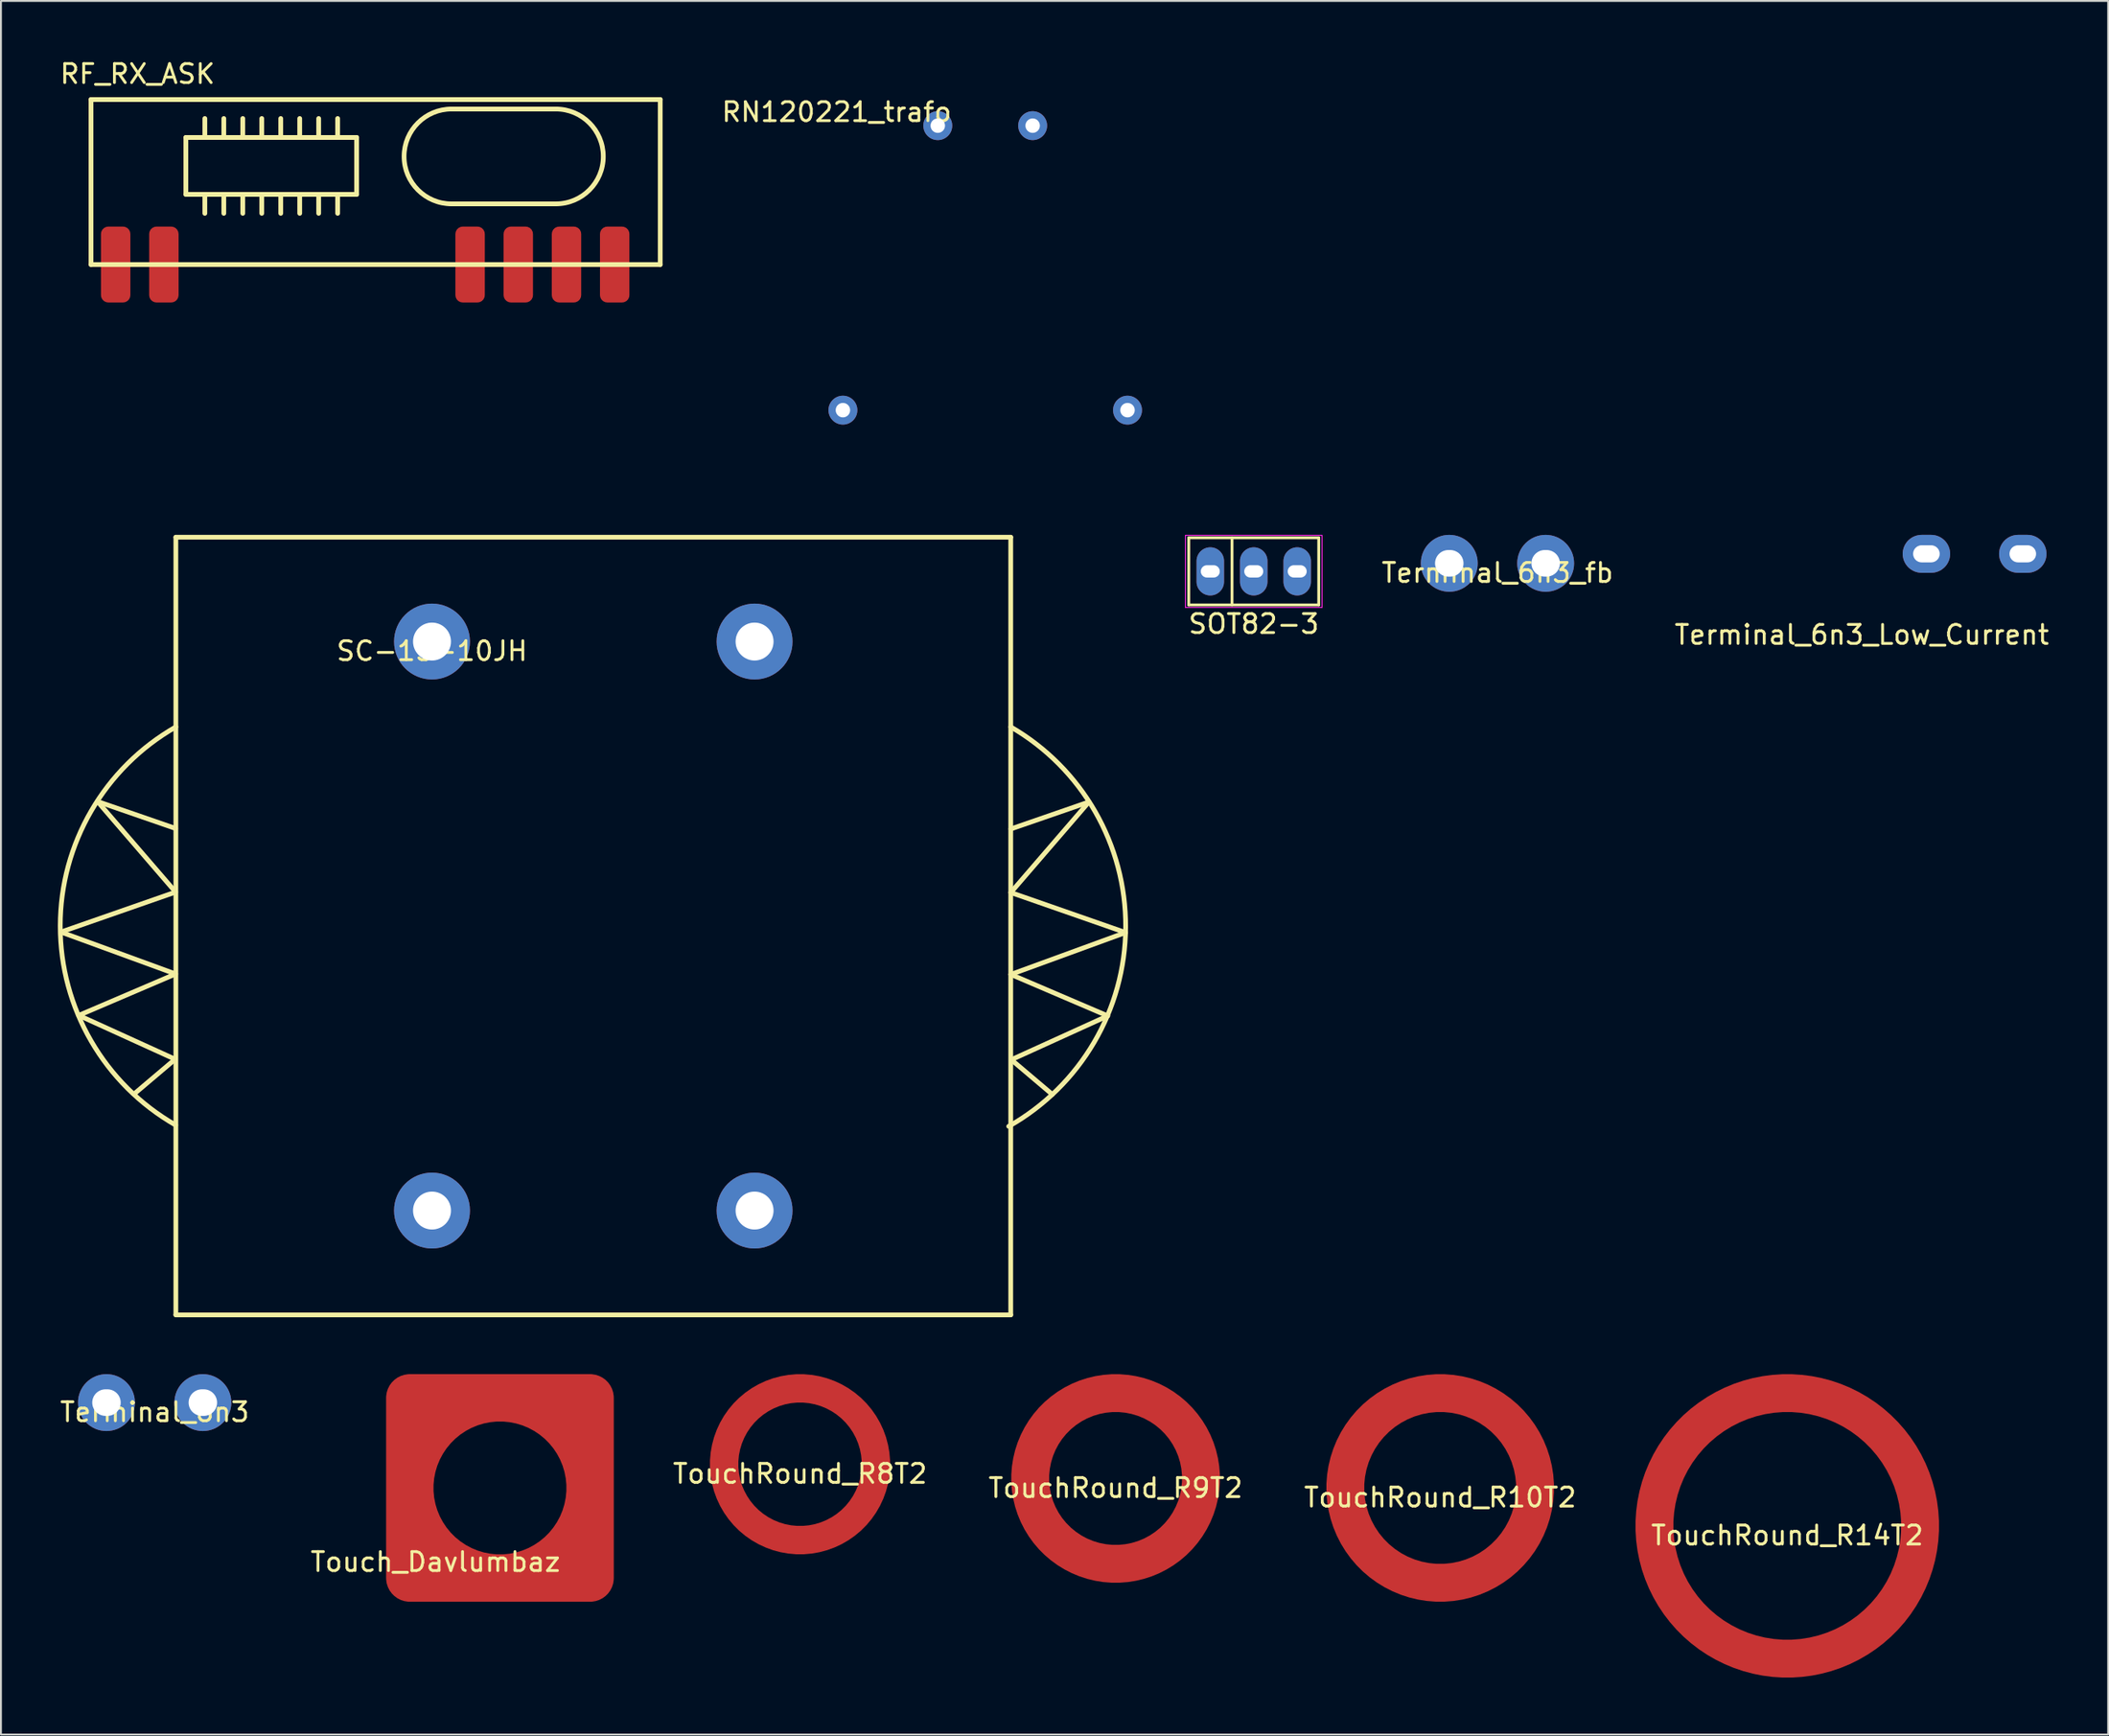
<source format=kicad_pcb>
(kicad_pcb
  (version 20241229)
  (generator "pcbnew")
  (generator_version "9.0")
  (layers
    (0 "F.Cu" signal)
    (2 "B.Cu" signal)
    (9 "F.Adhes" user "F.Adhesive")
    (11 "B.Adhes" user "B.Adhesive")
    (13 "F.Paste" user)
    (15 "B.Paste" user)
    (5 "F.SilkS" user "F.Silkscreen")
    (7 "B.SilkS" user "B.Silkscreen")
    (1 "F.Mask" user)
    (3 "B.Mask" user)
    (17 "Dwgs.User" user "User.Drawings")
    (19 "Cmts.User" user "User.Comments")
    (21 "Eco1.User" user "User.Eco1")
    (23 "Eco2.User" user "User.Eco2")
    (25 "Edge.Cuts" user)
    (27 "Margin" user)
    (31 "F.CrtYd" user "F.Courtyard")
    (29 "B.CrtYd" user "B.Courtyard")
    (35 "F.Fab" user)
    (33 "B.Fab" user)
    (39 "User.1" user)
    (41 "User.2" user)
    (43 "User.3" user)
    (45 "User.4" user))
  (footprint "RN120221_trafo"
    (layer "F.Cu")
    (at 46.374 3.575)
    (property "Reference" "RN120221_trafo" (at -5.33 -0.72 0) (layer "F.SilkS") (effects (font (size 1 1) (thickness 0.15))))
    (attr through_hole)
    (fp_line (start -8.5 -3.5) (end -8.5 18.5) (stroke (width 0.15) (type solid)) (layer "B.Paste"))
    (fp_line (start -8.5 -3.5) (end 13.5 -3.5) (stroke (width 0.15) (type solid)) (layer "B.Paste"))
    (fp_line (start -8.5 18.5) (end 13.5 18.5) (stroke (width 0.15) (type solid)) (layer "B.Paste"))
    (fp_line (start 13.5 18.5) (end 13.5 -3.5) (stroke (width 0.15) (type solid)) (layer "B.Paste"))
    (pad "1" thru_hole circle (at 0 0) (size 1.524 1.524) (drill 0.762) (layers "*.Cu" "*.Mask"))
    (pad "2" thru_hole circle (at 5 0) (size 1.524 1.524) (drill 0.762) (layers "*.Cu" "*.Mask"))
    (pad "3" thru_hole circle (at -5 15) (size 1.524 1.524) (drill 0.762) (layers "*.Cu" "*.Mask"))
    (pad "4" thru_hole circle (at 10 15) (size 1.524 1.524) (drill 0.762) (layers "*.Cu" "*.Mask")))
  (footprint "Terminal_6n3"
    (layer "F.Cu")
    (at 5.101 70.9)
    (property "Reference" "Terminal_6n3" (at 0 0.5 0) (layer "F.SilkS") (effects (font (size 1 1) (thickness 0.15))))
    (attr through_hole)
    (pad "1" thru_hole oval (at -2.54 0) (size 3 3) (drill oval 1.5 1.4) (layers "B.Cu" "B.Mask"))
    (pad "1" thru_hole oval (at 2.54 0) (size 3 3) (drill oval 1.5 1.4) (layers "B.Cu" "B.Mask")))
  (footprint "TouchRound_R10T2"
    (layer "F.Cu")
    (at 72.852 75.4)
    (property "Reference" "TouchRound_R10T2" (at 0 0.5 0) (layer "F.SilkS") (effects (font (size 1 1) (thickness 0.15))))
    (attr through_hole)
    (pad "1" smd custom (at -4.978 0.051) (size 1 1) (layers "F.Cu" "F.Mask" "F.Paste") (options (anchor circle)) (primitives (gr_circle (center 4.978 -0.051) (end 9.978 -0.051) (width 2) (fill no)))))
  (footprint "SOT82-3"
    (layer "F.Cu")
    (at 63.026 27.075)
    (property "Reference" "SOT82-3" (at 0 2.77 0) (layer "F.SilkS") (effects (font (size 1 1) (thickness 0.15))))
    (attr through_hole)
    (fp_line (start -3.425 -1.77) (end 3.425 -1.77) (stroke (width 0.15) (type solid)) (layer "F.SilkS"))
    (fp_line (start -3.425 1.77) (end -3.425 -1.77) (stroke (width 0.15) (type solid)) (layer "F.SilkS"))
    (fp_line (start -1.145 -1.77) (end -1.145 1.77) (stroke (width 0.15) (type solid)) (layer "F.SilkS"))
    (fp_line (start 3.425 -1.77) (end 3.425 1.77) (stroke (width 0.15) (type solid)) (layer "F.SilkS"))
    (fp_line (start 3.425 1.77) (end -3.425 1.77) (stroke (width 0.15) (type solid)) (layer "F.SilkS"))
    (fp_line (start -3.6 -1.9) (end 3.6 -1.9) (stroke (width 0.05) (type solid)) (layer "F.CrtYd"))
    (fp_line (start -3.6 1.9) (end -3.6 -1.9) (stroke (width 0.05) (type solid)) (layer "F.CrtYd"))
    (fp_line (start 3.6 -1.9) (end 3.6 1.9) (stroke (width 0.05) (type solid)) (layer "F.CrtYd"))
    (fp_line (start 3.6 1.9) (end -3.6 1.9) (stroke (width 0.05) (type solid)) (layer "F.CrtYd"))
    (pad "1" thru_hole oval (at -2.29 0) (size 1.45 2.54) (drill oval 1 0.65) (layers "B.Cu" "B.Mask"))
    (pad "2" thru_hole oval (at 0 0) (size 1.45 2.54) (drill oval 1 0.65) (layers "B.Cu" "B.Mask"))
    (pad "3" thru_hole oval (at 2.29 0) (size 1.45 2.54) (drill oval 1 0.65) (layers "B.Cu" "B.Mask")))
  (footprint "Terminal_6n3_Low_Current"
    (layer "F.Cu")
    (at 98.477 26.15)
    (property "Reference" "Terminal_6n3_Low_Current" (at -3.404 4.267 0) (layer "F.SilkS") (effects (font (size 1 1) (thickness 0.15))))
    (attr through_hole)
    (pad "1" thru_hole oval (at 0 0) (size 2.5 2) (drill oval 1.4 0.9) (layers "*.Cu" "*.Mask"))
    (pad "1" thru_hole oval (at 5.08 0) (size 2.5 2) (drill oval 1.4 0.9) (layers "*.Cu" "*.Mask")))
  (footprint "Touch_Davlumbaz"
    (layer "F.Cu")
    (at 23.299 75.4)
    (property "Reference" "Touch_Davlumbaz" (at -3.4 3.9 0) (layer "F.SilkS") (effects (font (size 1 1) (thickness 0.15))))
    (attr through_hole)
    (pad "1" smd custom (at -4.4 -4.4) (size 1.524 1.524) (layers "F.Cu" "F.Mask" "F.Paste") (options (anchor rect)) (primitives (gr_circle (center 4.4 4.4) (end 9.15 4.4) (width 2.5) (fill no)) (gr_line (start -0.35 -0.35) (end 9.15 -0.35) (width 2.5)) (gr_line (start 9.15 9.15) (end -0.35 9.15) (width 2.5)) (gr_line (start -0.35 -0.35) (end -0.35 9.15) (width 2.5)) (gr_line (start 9.15 9.15) (end 9.15 -0.35) (width 2.5)))))
  (footprint "SC-15-10JH"
    (layer "F.Cu")
    (at 19.718 30.775)
    (property "Reference" "SC-15-10JH" (at 0 0.5 0) (layer "F.SilkS") (effects (font (size 1 1) (thickness 0.15))))
    (attr through_hole)
    (fp_line (start -19.558 15.316) (end -13.513 17.526) (stroke (width 0.25) (type solid)) (layer "F.SilkS"))
    (fp_line (start -18.618 19.71) (end -13.538 22.022) (stroke (width 0.25) (type solid)) (layer "F.SilkS"))
    (fp_line (start -17.628 8.433) (end -13.513 13.208) (stroke (width 0.25) (type solid)) (layer "F.SilkS"))
    (fp_line (start -13.538 22.022) (end -15.697 23.851) (stroke (width 0.25) (type solid)) (layer "F.SilkS"))
    (fp_line (start -13.513 9.855) (end -17.628 8.433) (stroke (width 0.25) (type solid)) (layer "F.SilkS"))
    (fp_line (start -13.513 13.208) (end -19.558 15.316) (stroke (width 0.25) (type solid)) (layer "F.SilkS"))
    (fp_line (start -13.513 17.526) (end -18.618 19.71) (stroke (width 0.25) (type solid)) (layer "F.SilkS"))
    (fp_line (start -13.5 -5.5) (end -13.5 35.5) (stroke (width 0.25) (type solid)) (layer "F.SilkS"))
    (fp_line (start -13.5 35.5) (end 30.5 35.5) (stroke (width 0.25) (type solid)) (layer "F.SilkS"))
    (fp_line (start 30.5 -5.5) (end -13.5 -5.5) (stroke (width 0.25) (type solid)) (layer "F.SilkS"))
    (fp_line (start 30.5 35.5) (end 30.5 -5.5) (stroke (width 0.25) (type solid)) (layer "F.SilkS"))
    (fp_line (start 30.505 9.881) (end 34.62 8.458) (stroke (width 0.25) (type solid)) (layer "F.SilkS"))
    (fp_line (start 30.505 13.233) (end 36.551 15.342) (stroke (width 0.25) (type solid)) (layer "F.SilkS"))
    (fp_line (start 30.505 17.551) (end 35.611 19.736) (stroke (width 0.25) (type solid)) (layer "F.SilkS"))
    (fp_line (start 30.531 22.047) (end 32.69 23.876) (stroke (width 0.25) (type solid)) (layer "F.SilkS"))
    (fp_line (start 34.62 8.458) (end 30.505 13.233) (stroke (width 0.25) (type solid)) (layer "F.SilkS"))
    (fp_line (start 35.611 19.736) (end 30.531 22.047) (stroke (width 0.25) (type solid)) (layer "F.SilkS"))
    (fp_line (start 36.551 15.342) (end 30.505 17.551) (stroke (width 0.25) (type solid)) (layer "F.SilkS"))
    (fp_arc (start -13.508952 25.494879) (mid -19.593385 14.994843) (end -13.5 4.5) (stroke (width 0.25) (type solid)) (layer "F.SilkS"))
    (fp_arc (start 30.5 4.5) (mid 36.557719 15.060388) (end 30.395142 25.559931) (stroke (width 0.25) (type solid)) (layer "F.SilkS"))
    (pad "1" thru_hole circle (at 0 0) (size 4 4) (drill 2) (layers "*.Cu" "*.Mask"))
    (pad "2" thru_hole circle (at 17 0) (size 4 4) (drill 2) (layers "*.Cu" "*.Mask"))
    (pad "3" thru_hole circle (at 17 30) (size 4 4) (drill 2) (layers "*.Cu" "*.Mask"))
    (pad "4" thru_hole circle (at 0 30) (size 4 4) (drill 2) (layers "*.Cu" "*.Mask")))
  (footprint "TouchRound_R8T2"
    (layer "F.Cu")
    (at 39.114 74.15)
    (property "Reference" "TouchRound_R8T2" (at 0 0.5 0) (layer "F.SilkS") (effects (font (size 1 1) (thickness 0.15))))
    (attr through_hole)
    (pad "1" smd custom (at -3.988 -0.025) (size 1 1) (layers "F.Cu" "F.Mask" "F.Paste") (options (anchor circle)) (primitives (gr_circle (center 3.988 0.025) (end 7.988 0.025) (width 1.5) (fill no)))))
  (footprint "TouchRound_R9T2"
    (layer "F.Cu")
    (at 55.745 74.9)
    (property "Reference" "TouchRound_R9T2" (at 0 0.5 0) (layer "F.SilkS") (effects (font (size 1 1) (thickness 0.15))))
    (attr through_hole)
    (pad "1" smd custom (at -4.47 0.102) (size 1.524 1.524) (layers "F.Cu" "F.Mask" "F.Paste") (options (anchor circle)) (primitives (gr_circle (center 4.47 -0.102) (end 8.97 -0.102) (width 2) (fill no)))))
  (footprint "RF_RX_ASK"
    (layer "F.Cu")
    (at 1.746 2.198)
    (property "Reference" "RF_RX_ASK" (at 2.45 -1.35 0) (layer "F.SilkS") (effects (font (size 1 1) (thickness 0.15))))
    (attr through_hole)
    (fp_line (start 0 0) (end 30 0) (stroke (width 0.25) (type solid)) (layer "F.SilkS"))
    (fp_line (start 0 8.7) (end 0 0) (stroke (width 0.25) (type solid)) (layer "F.SilkS"))
    (fp_line (start 5 2) (end 5 5) (stroke (width 0.25) (type solid)) (layer "F.SilkS"))
    (fp_line (start 5 5) (end 14 5) (stroke (width 0.25) (type solid)) (layer "F.SilkS"))
    (fp_line (start 6 2) (end 6 1) (stroke (width 0.25) (type solid)) (layer "F.SilkS"))
    (fp_line (start 6 6) (end 6 5) (stroke (width 0.25) (type solid)) (layer "F.SilkS"))
    (fp_line (start 7 2) (end 7 1) (stroke (width 0.25) (type solid)) (layer "F.SilkS"))
    (fp_line (start 7 6) (end 7 5) (stroke (width 0.25) (type solid)) (layer "F.SilkS"))
    (fp_line (start 8 2) (end 8 1) (stroke (width 0.25) (type solid)) (layer "F.SilkS"))
    (fp_line (start 8 6) (end 8 5) (stroke (width 0.25) (type solid)) (layer "F.SilkS"))
    (fp_line (start 9 2) (end 9 1) (stroke (width 0.25) (type solid)) (layer "F.SilkS"))
    (fp_line (start 9 6) (end 9 5) (stroke (width 0.25) (type solid)) (layer "F.SilkS"))
    (fp_line (start 10 2) (end 10 1) (stroke (width 0.25) (type solid)) (layer "F.SilkS"))
    (fp_line (start 10 6) (end 10 5) (stroke (width 0.25) (type solid)) (layer "F.SilkS"))
    (fp_line (start 11 2) (end 11 1) (stroke (width 0.25) (type solid)) (layer "F.SilkS"))
    (fp_line (start 11 6) (end 11 5) (stroke (width 0.25) (type solid)) (layer "F.SilkS"))
    (fp_line (start 12 2) (end 12 1) (stroke (width 0.25) (type solid)) (layer "F.SilkS"))
    (fp_line (start 12 6) (end 12 5) (stroke (width 0.25) (type solid)) (layer "F.SilkS"))
    (fp_line (start 13 2) (end 13 1) (stroke (width 0.25) (type solid)) (layer "F.SilkS"))
    (fp_line (start 13 6) (end 13 5) (stroke (width 0.25) (type solid)) (layer "F.SilkS"))
    (fp_line (start 14 2) (end 5 2) (stroke (width 0.25) (type solid)) (layer "F.SilkS"))
    (fp_line (start 14 5) (end 14 2) (stroke (width 0.25) (type solid)) (layer "F.SilkS"))
    (fp_line (start 19 0.5) (end 24.5 0.5) (stroke (width 0.25) (type solid)) (layer "F.SilkS"))
    (fp_line (start 24.5 5.5) (end 19 5.5) (stroke (width 0.25) (type solid)) (layer "F.SilkS"))
    (fp_line (start 30 0) (end 30 8.7) (stroke (width 0.25) (type solid)) (layer "F.SilkS"))
    (fp_line (start 30 8.7) (end 0 8.7) (stroke (width 0.25) (type solid)) (layer "F.SilkS"))
    (fp_arc (start 19 5.5) (mid 16.5 3) (end 19 0.5) (stroke (width 0.25) (type solid)) (layer "F.SilkS"))
    (fp_arc (start 24.5 0.5) (mid 27 3) (end 24.5 5.5) (stroke (width 0.25) (type solid)) (layer "F.SilkS"))
    (pad "1" smd roundrect (at 1.3 8.7) (size 1.55 4) (layers "F.Cu" "F.Mask" "F.Paste") (roundrect_rratio 0.25))
    (pad "2" smd roundrect (at 3.84 8.7) (size 1.55 4) (layers "F.Cu" "F.Mask" "F.Paste") (roundrect_rratio 0.25))
    (pad "3" smd roundrect (at 19.98 8.7) (size 1.55 4) (layers "F.Cu" "F.Mask" "F.Paste") (roundrect_rratio 0.25))
    (pad "4" smd roundrect (at 22.52 8.7) (size 1.55 4) (layers "F.Cu" "F.Mask" "F.Paste") (roundrect_rratio 0.25))
    (pad "5" smd roundrect (at 25.06 8.7) (size 1.55 4) (layers "F.Cu" "F.Mask" "F.Paste") (roundrect_rratio 0.25))
    (pad "6" smd roundrect (at 27.6 8.7) (size 1.55 4) (layers "F.Cu" "F.Mask" "F.Paste") (roundrect_rratio 0.25)))
  (footprint "Terminal_6n3_fb"
    (layer "F.Cu")
    (at 75.871 26.65)
    (property "Reference" "Terminal_6n3_fb" (at 0 0.5 0) (layer "F.SilkS") (effects (font (size 1 1) (thickness 0.15))))
    (attr through_hole)
    (pad "1" thru_hole oval (at -2.54 0) (size 3 3) (drill oval 1.5 1.4) (layers "*.Cu" "*.Mask"))
    (pad "1" thru_hole oval (at 2.54 0) (size 3 3) (drill oval 1.5 1.4) (layers "*.Cu" "*.Mask")))
  (footprint "TouchRound_R14T2"
    (layer "F.Cu")
    (at 91.144 77.4)
    (property "Reference" "TouchRound_R14T2" (at 0 0.5 0) (layer "F.SilkS") (effects (font (size 1 1) (thickness 0.15))))
    (attr through_hole)
    (pad "1" smd custom (at -7.036 0.025) (size 1.524 1.524) (layers "F.Cu" "F.Mask" "F.Paste") (options (anchor circle)) (primitives (gr_circle (center 7.036 -0.025) (end 14.036 -0.025) (width 2) (fill no)))))
  (gr_rect
    (start -3 -3)
    (end 108.056 88.4)
    (stroke (width 0.1) (type default))
    (fill no)
    (layer "Edge.Cuts")))
</source>
